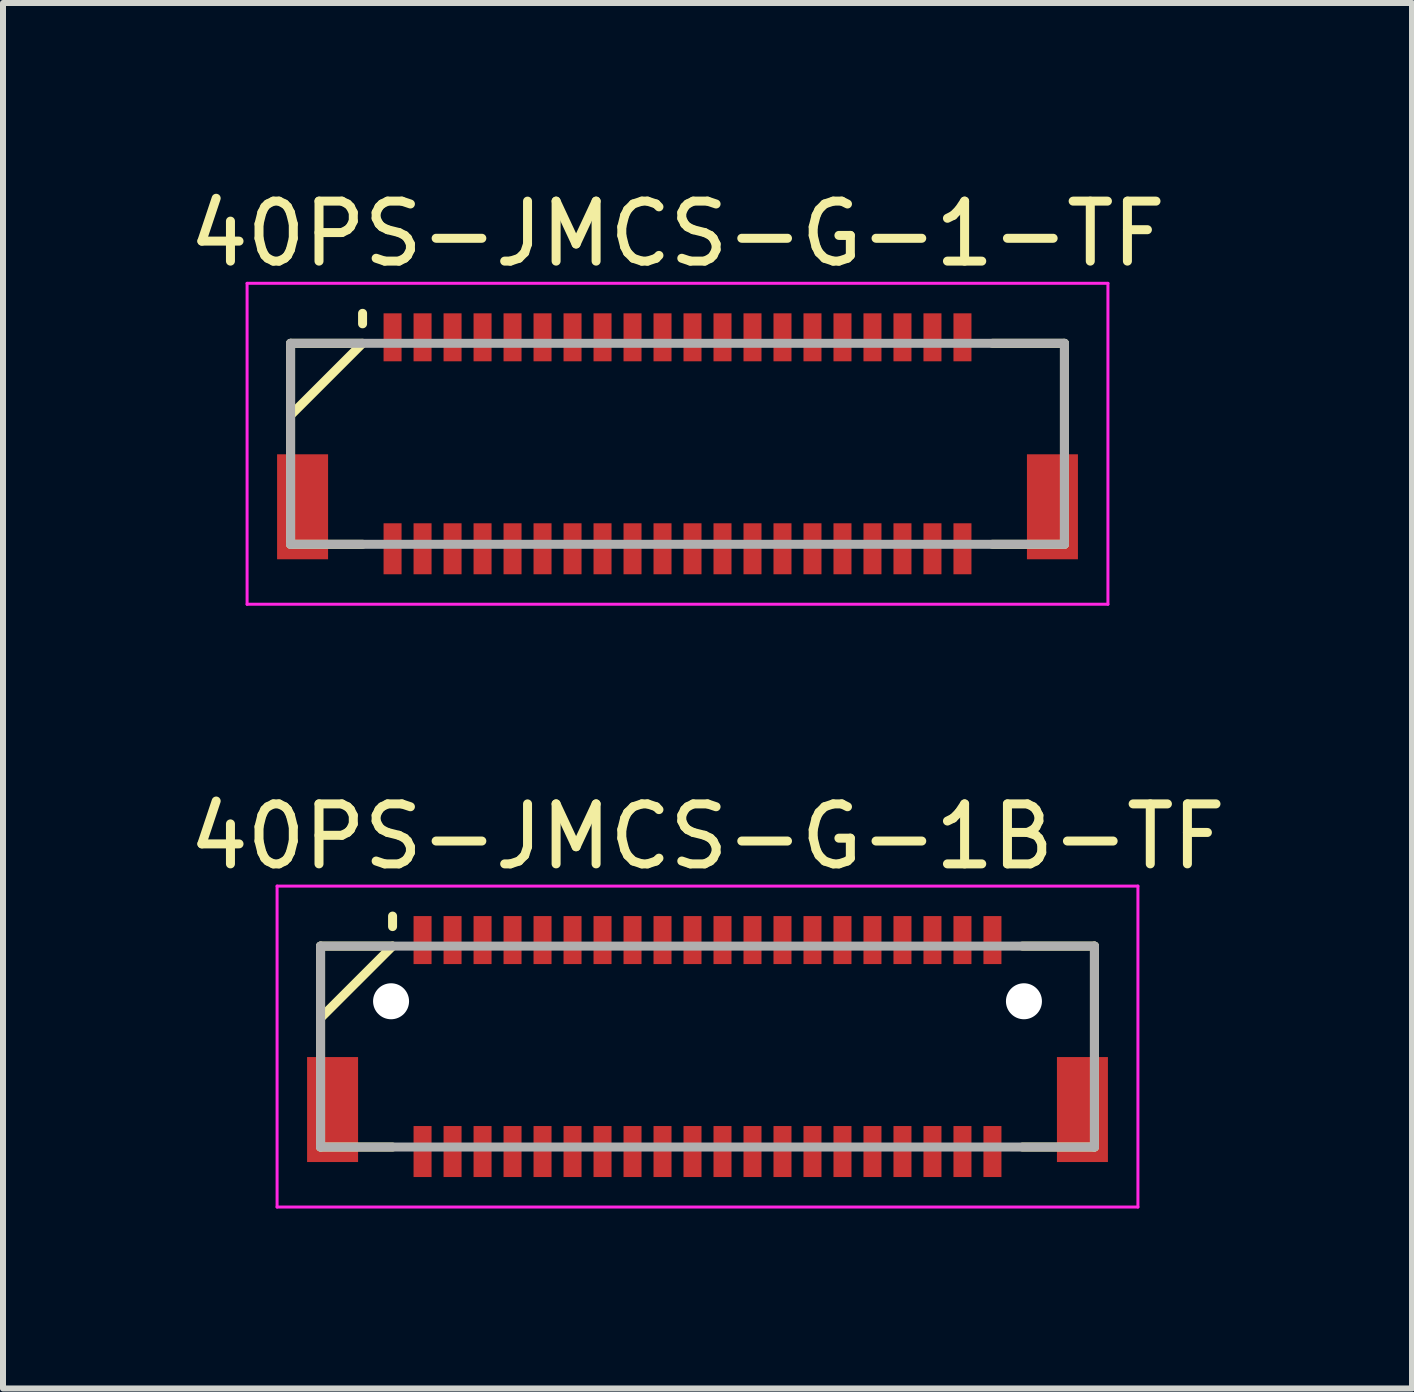
<source format=kicad_pcb>
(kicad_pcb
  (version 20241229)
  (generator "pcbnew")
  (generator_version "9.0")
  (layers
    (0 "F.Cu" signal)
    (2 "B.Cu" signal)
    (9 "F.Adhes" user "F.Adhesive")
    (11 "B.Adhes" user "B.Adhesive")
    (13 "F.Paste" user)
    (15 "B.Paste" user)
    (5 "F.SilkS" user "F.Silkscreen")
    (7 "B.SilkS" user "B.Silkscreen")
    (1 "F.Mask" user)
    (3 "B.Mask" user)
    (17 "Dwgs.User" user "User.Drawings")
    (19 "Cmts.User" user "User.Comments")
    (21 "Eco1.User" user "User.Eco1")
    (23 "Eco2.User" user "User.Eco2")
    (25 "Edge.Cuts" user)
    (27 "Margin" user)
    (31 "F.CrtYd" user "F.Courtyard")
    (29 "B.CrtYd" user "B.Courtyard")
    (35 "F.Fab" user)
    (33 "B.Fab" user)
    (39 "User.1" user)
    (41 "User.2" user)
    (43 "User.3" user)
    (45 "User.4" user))
  (footprint "40PS-JMCS-G-1B-TF"
    (layer "F.Cu")
    (at 8.744 14.396)
    (property "Reference" "40PS-JMCS-G-1B-TF" (at 0 -3.5 0) (layer "F.SilkS") (effects (font (size 1 1) (thickness 0.15))))
    (attr smd)
    (fp_line (start -6.45 -1.675) (end -6.45 1.675) (stroke (width 0.15) (type solid)) (layer "F.SilkS"))
    (fp_line (start -6.45 -1.675) (end -5.25 -1.675) (stroke (width 0.15) (type solid)) (layer "F.SilkS"))
    (fp_line (start -6.45 1.675) (end -5.25 1.675) (stroke (width 0.15) (type solid)) (layer "F.SilkS"))
    (fp_line (start -5.25 -2.175) (end -5.25 -2) (stroke (width 0.15) (type solid)) (layer "F.SilkS"))
    (fp_line (start -5.25 -1.675) (end -6.45 -0.475) (stroke (width 0.15) (type solid)) (layer "F.SilkS"))
    (fp_line (start 5.25 -1.675) (end 6.45 -1.675) (stroke (width 0.15) (type solid)) (layer "F.SilkS"))
    (fp_line (start 5.25 1.675) (end 6.45 1.675) (stroke (width 0.15) (type solid)) (layer "F.SilkS"))
    (fp_line (start 6.45 -1.675) (end 6.45 1.675) (stroke (width 0.15) (type solid)) (layer "F.SilkS"))
    (fp_line (start -7.175 -2.675) (end -7.175 2.675) (stroke (width 0.05) (type solid)) (layer "F.CrtYd"))
    (fp_line (start -7.175 -2.675) (end 7.175 -2.675) (stroke (width 0.05) (type solid)) (layer "F.CrtYd"))
    (fp_line (start -7.175 2.675) (end 7.175 2.675) (stroke (width 0.05) (type solid)) (layer "F.CrtYd"))
    (fp_line (start 7.175 -2.675) (end 7.175 2.675) (stroke (width 0.05) (type solid)) (layer "F.CrtYd"))
    (fp_line (start -6.45 -1.675) (end -6.45 1.675) (stroke (width 0.15) (type solid)) (layer "F.Fab"))
    (fp_line (start -6.45 -1.675) (end 6.45 -1.675) (stroke (width 0.15) (type solid)) (layer "F.Fab"))
    (fp_line (start -6.45 1.675) (end 6.45 1.675) (stroke (width 0.15) (type solid)) (layer "F.Fab"))
    (fp_line (start 6.45 -1.675) (end 6.45 1.675) (stroke (width 0.15) (type solid)) (layer "F.Fab"))
    (pad "" np_thru_hole circle (at -5.275 -0.755) (size 0.6 0.6) (drill 0.6) (layers "*.Cu" "*.Mask"))
    (pad "" np_thru_hole circle (at 5.275 -0.755) (size 0.6 0.6) (drill 0.6) (layers "*.Cu" "*.Mask"))
    (pad "1" smd rect (at -4.75 -1.775) (size 0.3 0.8) (layers "F.Cu" "F.Mask" "F.Paste"))
    (pad "2" smd rect (at -4.75 1.75) (size 0.3 0.85) (layers "F.Cu" "F.Mask" "F.Paste"))
    (pad "3" smd rect (at -4.25 -1.775) (size 0.3 0.8) (layers "F.Cu" "F.Mask" "F.Paste"))
    (pad "4" smd rect (at -4.25 1.75) (size 0.3 0.85) (layers "F.Cu" "F.Mask" "F.Paste"))
    (pad "5" smd rect (at -3.75 -1.775) (size 0.3 0.8) (layers "F.Cu" "F.Mask" "F.Paste"))
    (pad "6" smd rect (at -3.75 1.75) (size 0.3 0.85) (layers "F.Cu" "F.Mask" "F.Paste"))
    (pad "7" smd rect (at -3.25 -1.775) (size 0.3 0.8) (layers "F.Cu" "F.Mask" "F.Paste"))
    (pad "8" smd rect (at -3.25 1.75) (size 0.3 0.85) (layers "F.Cu" "F.Mask" "F.Paste"))
    (pad "9" smd rect (at -2.75 -1.775) (size 0.3 0.8) (layers "F.Cu" "F.Mask" "F.Paste"))
    (pad "10" smd rect (at -2.75 1.75) (size 0.3 0.85) (layers "F.Cu" "F.Mask" "F.Paste"))
    (pad "11" smd rect (at -2.25 -1.775) (size 0.3 0.8) (layers "F.Cu" "F.Mask" "F.Paste"))
    (pad "12" smd rect (at -2.25 1.75) (size 0.3 0.85) (layers "F.Cu" "F.Mask" "F.Paste"))
    (pad "13" smd rect (at -1.75 -1.775) (size 0.3 0.8) (layers "F.Cu" "F.Mask" "F.Paste"))
    (pad "14" smd rect (at -1.75 1.75) (size 0.3 0.85) (layers "F.Cu" "F.Mask" "F.Paste"))
    (pad "15" smd rect (at -1.25 -1.775) (size 0.3 0.8) (layers "F.Cu" "F.Mask" "F.Paste"))
    (pad "16" smd rect (at -1.25 1.75) (size 0.3 0.85) (layers "F.Cu" "F.Mask" "F.Paste"))
    (pad "17" smd rect (at -0.75 -1.775) (size 0.3 0.8) (layers "F.Cu" "F.Mask" "F.Paste"))
    (pad "18" smd rect (at -0.75 1.75) (size 0.3 0.85) (layers "F.Cu" "F.Mask" "F.Paste"))
    (pad "19" smd rect (at -0.25 -1.775) (size 0.3 0.8) (layers "F.Cu" "F.Mask" "F.Paste"))
    (pad "20" smd rect (at -0.25 1.75) (size 0.3 0.85) (layers "F.Cu" "F.Mask" "F.Paste"))
    (pad "21" smd rect (at 0.25 -1.775) (size 0.3 0.8) (layers "F.Cu" "F.Mask" "F.Paste"))
    (pad "22" smd rect (at 0.25 1.75) (size 0.3 0.85) (layers "F.Cu" "F.Mask" "F.Paste"))
    (pad "23" smd rect (at 0.75 -1.775) (size 0.3 0.8) (layers "F.Cu" "F.Mask" "F.Paste"))
    (pad "24" smd rect (at 0.75 1.75) (size 0.3 0.85) (layers "F.Cu" "F.Mask" "F.Paste"))
    (pad "25" smd rect (at 1.25 -1.775) (size 0.3 0.8) (layers "F.Cu" "F.Mask" "F.Paste"))
    (pad "26" smd rect (at 1.25 1.75) (size 0.3 0.85) (layers "F.Cu" "F.Mask" "F.Paste"))
    (pad "27" smd rect (at 1.75 -1.775) (size 0.3 0.8) (layers "F.Cu" "F.Mask" "F.Paste"))
    (pad "28" smd rect (at 1.75 1.75) (size 0.3 0.85) (layers "F.Cu" "F.Mask" "F.Paste"))
    (pad "29" smd rect (at 2.25 -1.775) (size 0.3 0.8) (layers "F.Cu" "F.Mask" "F.Paste"))
    (pad "30" smd rect (at 2.25 1.75) (size 0.3 0.85) (layers "F.Cu" "F.Mask" "F.Paste"))
    (pad "31" smd rect (at 2.75 -1.775) (size 0.3 0.8) (layers "F.Cu" "F.Mask" "F.Paste"))
    (pad "32" smd rect (at 2.75 1.75) (size 0.3 0.85) (layers "F.Cu" "F.Mask" "F.Paste"))
    (pad "33" smd rect (at 3.25 -1.775) (size 0.3 0.8) (layers "F.Cu" "F.Mask" "F.Paste"))
    (pad "34" smd rect (at 3.25 1.75) (size 0.3 0.85) (layers "F.Cu" "F.Mask" "F.Paste"))
    (pad "35" smd rect (at 3.75 -1.775) (size 0.3 0.8) (layers "F.Cu" "F.Mask" "F.Paste"))
    (pad "36" smd rect (at 3.75 1.75) (size 0.3 0.85) (layers "F.Cu" "F.Mask" "F.Paste"))
    (pad "37" smd rect (at 4.25 -1.775) (size 0.3 0.8) (layers "F.Cu" "F.Mask" "F.Paste"))
    (pad "38" smd rect (at 4.25 1.75) (size 0.3 0.85) (layers "F.Cu" "F.Mask" "F.Paste"))
    (pad "39" smd rect (at 4.75 -1.775) (size 0.3 0.8) (layers "F.Cu" "F.Mask" "F.Paste"))
    (pad "40" smd rect (at 4.75 1.75) (size 0.3 0.85) (layers "F.Cu" "F.Mask" "F.Paste"))
    (pad "S" smd rect (at -6.25 1.05) (size 0.85 1.75) (layers "F.Cu" "F.Mask" "F.Paste"))
    (pad "S" smd rect (at 6.25 1.05) (size 0.85 1.75) (layers "F.Cu" "F.Mask" "F.Paste")))
  (footprint "40PS-JMCS-G-1-TF"
    (layer "F.Cu")
    (at 8.244 4.348)
    (property "Reference" "40PS-JMCS-G-1-TF" (at 0 -3.5 0) (layer "F.SilkS") (effects (font (size 1 1) (thickness 0.15))))
    (attr smd)
    (fp_line (start -6.45 -1.675) (end -6.45 1.675) (stroke (width 0.15) (type solid)) (layer "F.SilkS"))
    (fp_line (start -6.45 -1.675) (end -5.25 -1.675) (stroke (width 0.15) (type solid)) (layer "F.SilkS"))
    (fp_line (start -6.45 1.675) (end -5.25 1.675) (stroke (width 0.15) (type solid)) (layer "F.SilkS"))
    (fp_line (start -5.25 -2.175) (end -5.25 -2) (stroke (width 0.15) (type solid)) (layer "F.SilkS"))
    (fp_line (start -5.25 -1.675) (end -6.45 -0.475) (stroke (width 0.15) (type solid)) (layer "F.SilkS"))
    (fp_line (start 5.25 -1.675) (end 6.45 -1.675) (stroke (width 0.15) (type solid)) (layer "F.SilkS"))
    (fp_line (start 5.25 1.675) (end 6.45 1.675) (stroke (width 0.15) (type solid)) (layer "F.SilkS"))
    (fp_line (start 6.45 -1.675) (end 6.45 1.675) (stroke (width 0.15) (type solid)) (layer "F.SilkS"))
    (fp_line (start -7.175 -2.675) (end -7.175 2.675) (stroke (width 0.05) (type solid)) (layer "F.CrtYd"))
    (fp_line (start -7.175 -2.675) (end 7.175 -2.675) (stroke (width 0.05) (type solid)) (layer "F.CrtYd"))
    (fp_line (start -7.175 2.675) (end 7.175 2.675) (stroke (width 0.05) (type solid)) (layer "F.CrtYd"))
    (fp_line (start 7.175 -2.675) (end 7.175 2.675) (stroke (width 0.05) (type solid)) (layer "F.CrtYd"))
    (fp_line (start -6.45 -1.675) (end -6.45 1.675) (stroke (width 0.15) (type solid)) (layer "F.Fab"))
    (fp_line (start -6.45 -1.675) (end 6.45 -1.675) (stroke (width 0.15) (type solid)) (layer "F.Fab"))
    (fp_line (start -6.45 1.675) (end 6.45 1.675) (stroke (width 0.15) (type solid)) (layer "F.Fab"))
    (fp_line (start 6.45 -1.675) (end 6.45 1.675) (stroke (width 0.15) (type solid)) (layer "F.Fab"))
    (pad "1" smd rect (at -4.75 -1.775) (size 0.3 0.8) (layers "F.Cu" "F.Mask" "F.Paste"))
    (pad "2" smd rect (at -4.75 1.75) (size 0.3 0.85) (layers "F.Cu" "F.Mask" "F.Paste"))
    (pad "3" smd rect (at -4.25 -1.775) (size 0.3 0.8) (layers "F.Cu" "F.Mask" "F.Paste"))
    (pad "4" smd rect (at -4.25 1.75) (size 0.3 0.85) (layers "F.Cu" "F.Mask" "F.Paste"))
    (pad "5" smd rect (at -3.75 -1.775) (size 0.3 0.8) (layers "F.Cu" "F.Mask" "F.Paste"))
    (pad "6" smd rect (at -3.75 1.75) (size 0.3 0.85) (layers "F.Cu" "F.Mask" "F.Paste"))
    (pad "7" smd rect (at -3.25 -1.775) (size 0.3 0.8) (layers "F.Cu" "F.Mask" "F.Paste"))
    (pad "8" smd rect (at -3.25 1.75) (size 0.3 0.85) (layers "F.Cu" "F.Mask" "F.Paste"))
    (pad "9" smd rect (at -2.75 -1.775) (size 0.3 0.8) (layers "F.Cu" "F.Mask" "F.Paste"))
    (pad "10" smd rect (at -2.75 1.75) (size 0.3 0.85) (layers "F.Cu" "F.Mask" "F.Paste"))
    (pad "11" smd rect (at -2.25 -1.775) (size 0.3 0.8) (layers "F.Cu" "F.Mask" "F.Paste"))
    (pad "12" smd rect (at -2.25 1.75) (size 0.3 0.85) (layers "F.Cu" "F.Mask" "F.Paste"))
    (pad "13" smd rect (at -1.75 -1.775) (size 0.3 0.8) (layers "F.Cu" "F.Mask" "F.Paste"))
    (pad "14" smd rect (at -1.75 1.75) (size 0.3 0.85) (layers "F.Cu" "F.Mask" "F.Paste"))
    (pad "15" smd rect (at -1.25 -1.775) (size 0.3 0.8) (layers "F.Cu" "F.Mask" "F.Paste"))
    (pad "16" smd rect (at -1.25 1.75) (size 0.3 0.85) (layers "F.Cu" "F.Mask" "F.Paste"))
    (pad "17" smd rect (at -0.75 -1.775) (size 0.3 0.8) (layers "F.Cu" "F.Mask" "F.Paste"))
    (pad "18" smd rect (at -0.75 1.75) (size 0.3 0.85) (layers "F.Cu" "F.Mask" "F.Paste"))
    (pad "19" smd rect (at -0.25 -1.775) (size 0.3 0.8) (layers "F.Cu" "F.Mask" "F.Paste"))
    (pad "20" smd rect (at -0.25 1.75) (size 0.3 0.85) (layers "F.Cu" "F.Mask" "F.Paste"))
    (pad "21" smd rect (at 0.25 -1.775) (size 0.3 0.8) (layers "F.Cu" "F.Mask" "F.Paste"))
    (pad "22" smd rect (at 0.25 1.75) (size 0.3 0.85) (layers "F.Cu" "F.Mask" "F.Paste"))
    (pad "23" smd rect (at 0.75 -1.775) (size 0.3 0.8) (layers "F.Cu" "F.Mask" "F.Paste"))
    (pad "24" smd rect (at 0.75 1.75) (size 0.3 0.85) (layers "F.Cu" "F.Mask" "F.Paste"))
    (pad "25" smd rect (at 1.25 -1.775) (size 0.3 0.8) (layers "F.Cu" "F.Mask" "F.Paste"))
    (pad "26" smd rect (at 1.25 1.75) (size 0.3 0.85) (layers "F.Cu" "F.Mask" "F.Paste"))
    (pad "27" smd rect (at 1.75 -1.775) (size 0.3 0.8) (layers "F.Cu" "F.Mask" "F.Paste"))
    (pad "28" smd rect (at 1.75 1.75) (size 0.3 0.85) (layers "F.Cu" "F.Mask" "F.Paste"))
    (pad "29" smd rect (at 2.25 -1.775) (size 0.3 0.8) (layers "F.Cu" "F.Mask" "F.Paste"))
    (pad "30" smd rect (at 2.25 1.75) (size 0.3 0.85) (layers "F.Cu" "F.Mask" "F.Paste"))
    (pad "31" smd rect (at 2.75 -1.775) (size 0.3 0.8) (layers "F.Cu" "F.Mask" "F.Paste"))
    (pad "32" smd rect (at 2.75 1.75) (size 0.3 0.85) (layers "F.Cu" "F.Mask" "F.Paste"))
    (pad "33" smd rect (at 3.25 -1.775) (size 0.3 0.8) (layers "F.Cu" "F.Mask" "F.Paste"))
    (pad "34" smd rect (at 3.25 1.75) (size 0.3 0.85) (layers "F.Cu" "F.Mask" "F.Paste"))
    (pad "35" smd rect (at 3.75 -1.775) (size 0.3 0.8) (layers "F.Cu" "F.Mask" "F.Paste"))
    (pad "36" smd rect (at 3.75 1.75) (size 0.3 0.85) (layers "F.Cu" "F.Mask" "F.Paste"))
    (pad "37" smd rect (at 4.25 -1.775) (size 0.3 0.8) (layers "F.Cu" "F.Mask" "F.Paste"))
    (pad "38" smd rect (at 4.25 1.75) (size 0.3 0.85) (layers "F.Cu" "F.Mask" "F.Paste"))
    (pad "39" smd rect (at 4.75 -1.775) (size 0.3 0.8) (layers "F.Cu" "F.Mask" "F.Paste"))
    (pad "40" smd rect (at 4.75 1.75) (size 0.3 0.85) (layers "F.Cu" "F.Mask" "F.Paste"))
    (pad "S" smd rect (at -6.25 1.05) (size 0.85 1.75) (layers "F.Cu" "F.Mask" "F.Paste"))
    (pad "S" smd rect (at 6.25 1.05) (size 0.85 1.75) (layers "F.Cu" "F.Mask" "F.Paste")))
  (gr_rect
    (start -3 -3)
    (end 20.488 20.096)
    (stroke (width 0.1) (type default))
    (fill no)
    (layer "Edge.Cuts")))
</source>
